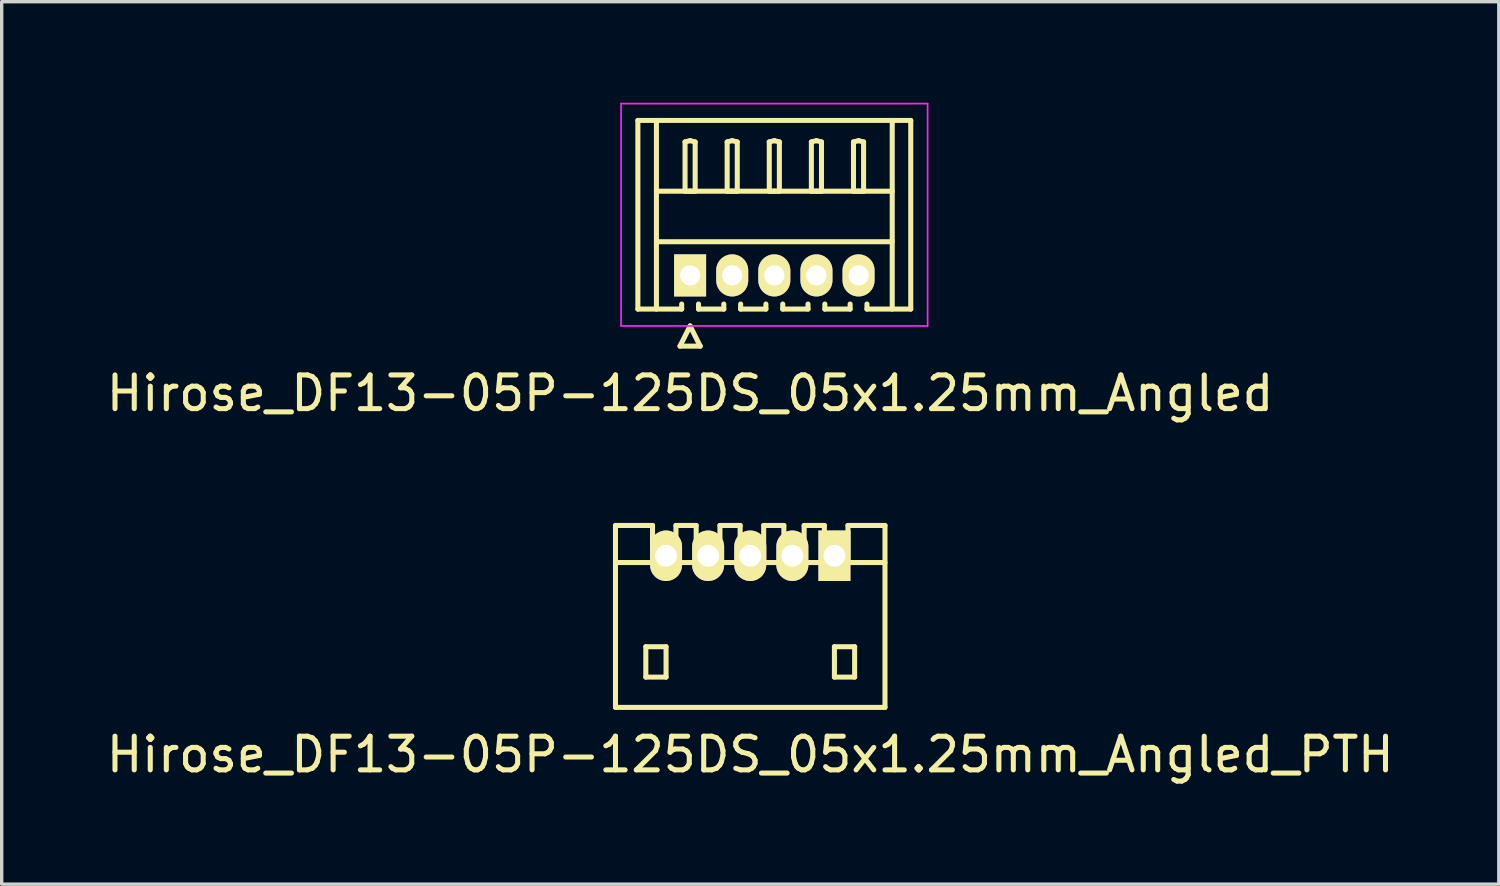
<source format=kicad_pcb>
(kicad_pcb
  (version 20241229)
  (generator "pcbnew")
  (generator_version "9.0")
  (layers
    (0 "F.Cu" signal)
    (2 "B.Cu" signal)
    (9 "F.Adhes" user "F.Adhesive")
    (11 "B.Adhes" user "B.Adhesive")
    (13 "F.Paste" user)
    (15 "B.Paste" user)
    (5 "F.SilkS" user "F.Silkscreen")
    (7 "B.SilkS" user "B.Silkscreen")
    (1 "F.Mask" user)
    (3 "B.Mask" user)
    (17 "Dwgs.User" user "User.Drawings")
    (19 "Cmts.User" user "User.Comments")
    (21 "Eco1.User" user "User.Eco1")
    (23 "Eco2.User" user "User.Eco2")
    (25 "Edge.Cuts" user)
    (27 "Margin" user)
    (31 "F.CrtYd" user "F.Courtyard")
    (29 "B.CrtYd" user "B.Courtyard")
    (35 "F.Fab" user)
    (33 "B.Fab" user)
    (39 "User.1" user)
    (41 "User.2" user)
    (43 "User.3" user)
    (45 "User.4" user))
  (footprint "Hirose_DF13-05P-125DS_05x1.25mm_Angled"
    (layer "F.Cu")
    (at 17.435 5.125)
    (property "Reference" "Hirose_DF13-05P-125DS_05x1.25mm_Angled" (at 0 3.5 0) (layer "F.SilkS") (effects (font (size 1 1) (thickness 0.15))))
    (attr through_hole)
    (fp_line (start -1.55 -4.6) (end 6.55 -4.6) (stroke (width 0.15) (type solid)) (layer "F.SilkS"))
    (fp_line (start -1.55 1) (end -1.55 -4.6) (stroke (width 0.15) (type solid)) (layer "F.SilkS"))
    (fp_line (start -1 -4.6) (end -1 1) (stroke (width 0.15) (type solid)) (layer "F.SilkS"))
    (fp_line (start -1 -2.5) (end 6 -2.5) (stroke (width 0.15) (type solid)) (layer "F.SilkS"))
    (fp_line (start -1 -1) (end 6 -1) (stroke (width 0.15) (type solid)) (layer "F.SilkS"))
    (fp_line (start -0.3 2.1) (end 0.3 2.1) (stroke (width 0.15) (type solid)) (layer "F.SilkS"))
    (fp_line (start -0.25 0.85) (end -0.25 1) (stroke (width 0.15) (type solid)) (layer "F.SilkS"))
    (fp_line (start -0.25 1) (end -1.55 1) (stroke (width 0.15) (type solid)) (layer "F.SilkS"))
    (fp_line (start -0.15 -3.962) (end 0 -4) (stroke (width 0.15) (type solid)) (layer "F.SilkS"))
    (fp_line (start -0.15 -2.5) (end -0.15 -3.962) (stroke (width 0.15) (type solid)) (layer "F.SilkS"))
    (fp_line (start 0 -4) (end 0.15 -3.962) (stroke (width 0.15) (type solid)) (layer "F.SilkS"))
    (fp_line (start 0 -2.5) (end -0.15 -2.5) (stroke (width 0.15) (type solid)) (layer "F.SilkS"))
    (fp_line (start 0 1.5) (end -0.3 2.1) (stroke (width 0.15) (type solid)) (layer "F.SilkS"))
    (fp_line (start 0.15 -3.962) (end 0.15 -2.5) (stroke (width 0.15) (type solid)) (layer "F.SilkS"))
    (fp_line (start 0.15 -2.5) (end 0 -2.5) (stroke (width 0.15) (type solid)) (layer "F.SilkS"))
    (fp_line (start 0.25 0.85) (end 0.25 1) (stroke (width 0.15) (type solid)) (layer "F.SilkS"))
    (fp_line (start 0.25 1) (end 1 1) (stroke (width 0.15) (type solid)) (layer "F.SilkS"))
    (fp_line (start 0.3 2.1) (end 0 1.5) (stroke (width 0.15) (type solid)) (layer "F.SilkS"))
    (fp_line (start 1 1) (end 1 0.85) (stroke (width 0.15) (type solid)) (layer "F.SilkS"))
    (fp_line (start 1.1 -3.962) (end 1.25 -4) (stroke (width 0.15) (type solid)) (layer "F.SilkS"))
    (fp_line (start 1.1 -2.5) (end 1.1 -3.962) (stroke (width 0.15) (type solid)) (layer "F.SilkS"))
    (fp_line (start 1.25 -4) (end 1.4 -3.962) (stroke (width 0.15) (type solid)) (layer "F.SilkS"))
    (fp_line (start 1.25 -2.5) (end 1.1 -2.5) (stroke (width 0.15) (type solid)) (layer "F.SilkS"))
    (fp_line (start 1.4 -3.962) (end 1.4 -2.5) (stroke (width 0.15) (type solid)) (layer "F.SilkS"))
    (fp_line (start 1.4 -2.5) (end 1.25 -2.5) (stroke (width 0.15) (type solid)) (layer "F.SilkS"))
    (fp_line (start 1.5 0.85) (end 1.5 1) (stroke (width 0.15) (type solid)) (layer "F.SilkS"))
    (fp_line (start 1.5 1) (end 2.25 1) (stroke (width 0.15) (type solid)) (layer "F.SilkS"))
    (fp_line (start 2.25 1) (end 2.25 0.85) (stroke (width 0.15) (type solid)) (layer "F.SilkS"))
    (fp_line (start 2.35 -3.962) (end 2.5 -4) (stroke (width 0.15) (type solid)) (layer "F.SilkS"))
    (fp_line (start 2.35 -2.5) (end 2.35 -3.962) (stroke (width 0.15) (type solid)) (layer "F.SilkS"))
    (fp_line (start 2.5 -4) (end 2.65 -3.962) (stroke (width 0.15) (type solid)) (layer "F.SilkS"))
    (fp_line (start 2.5 -2.5) (end 2.35 -2.5) (stroke (width 0.15) (type solid)) (layer "F.SilkS"))
    (fp_line (start 2.65 -3.962) (end 2.65 -2.5) (stroke (width 0.15) (type solid)) (layer "F.SilkS"))
    (fp_line (start 2.65 -2.5) (end 2.5 -2.5) (stroke (width 0.15) (type solid)) (layer "F.SilkS"))
    (fp_line (start 2.75 0.85) (end 2.75 1) (stroke (width 0.15) (type solid)) (layer "F.SilkS"))
    (fp_line (start 2.75 1) (end 3.5 1) (stroke (width 0.15) (type solid)) (layer "F.SilkS"))
    (fp_line (start 3.5 1) (end 3.5 0.85) (stroke (width 0.15) (type solid)) (layer "F.SilkS"))
    (fp_line (start 3.6 -3.962) (end 3.75 -4) (stroke (width 0.15) (type solid)) (layer "F.SilkS"))
    (fp_line (start 3.6 -2.5) (end 3.6 -3.962) (stroke (width 0.15) (type solid)) (layer "F.SilkS"))
    (fp_line (start 3.75 -4) (end 3.9 -3.962) (stroke (width 0.15) (type solid)) (layer "F.SilkS"))
    (fp_line (start 3.75 -2.5) (end 3.6 -2.5) (stroke (width 0.15) (type solid)) (layer "F.SilkS"))
    (fp_line (start 3.9 -3.962) (end 3.9 -2.5) (stroke (width 0.15) (type solid)) (layer "F.SilkS"))
    (fp_line (start 3.9 -2.5) (end 3.75 -2.5) (stroke (width 0.15) (type solid)) (layer "F.SilkS"))
    (fp_line (start 4 0.85) (end 4 1) (stroke (width 0.15) (type solid)) (layer "F.SilkS"))
    (fp_line (start 4 1) (end 4.75 1) (stroke (width 0.15) (type solid)) (layer "F.SilkS"))
    (fp_line (start 4.75 1) (end 4.75 0.85) (stroke (width 0.15) (type solid)) (layer "F.SilkS"))
    (fp_line (start 4.85 -3.962) (end 5 -4) (stroke (width 0.15) (type solid)) (layer "F.SilkS"))
    (fp_line (start 4.85 -2.5) (end 4.85 -3.962) (stroke (width 0.15) (type solid)) (layer "F.SilkS"))
    (fp_line (start 5 -4) (end 5.15 -3.962) (stroke (width 0.15) (type solid)) (layer "F.SilkS"))
    (fp_line (start 5 -2.5) (end 4.85 -2.5) (stroke (width 0.15) (type solid)) (layer "F.SilkS"))
    (fp_line (start 5.15 -3.962) (end 5.15 -2.5) (stroke (width 0.15) (type solid)) (layer "F.SilkS"))
    (fp_line (start 5.15 -2.5) (end 5 -2.5) (stroke (width 0.15) (type solid)) (layer "F.SilkS"))
    (fp_line (start 5.25 1) (end 5.25 0.85) (stroke (width 0.15) (type solid)) (layer "F.SilkS"))
    (fp_line (start 6 -4.6) (end 6 1) (stroke (width 0.15) (type solid)) (layer "F.SilkS"))
    (fp_line (start 6.55 -4.6) (end 6.55 1) (stroke (width 0.15) (type solid)) (layer "F.SilkS"))
    (fp_line (start 6.55 1) (end 5.25 1) (stroke (width 0.15) (type solid)) (layer "F.SilkS"))
    (fp_line (start -2.05 -5.1) (end -2.05 1.5) (stroke (width 0.05) (type solid)) (layer "F.CrtYd"))
    (fp_line (start -2.05 1.5) (end 7.05 1.5) (stroke (width 0.05) (type solid)) (layer "F.CrtYd"))
    (fp_line (start 7.05 -5.1) (end -2.05 -5.1) (stroke (width 0.05) (type solid)) (layer "F.CrtYd"))
    (fp_line (start 7.05 1.5) (end 7.05 -5.1) (stroke (width 0.05) (type solid)) (layer "F.CrtYd"))
    (pad "1" thru_hole rect (at 0 0) (size 0.95 1.25) (drill 0.6) (layers "*.Cu" "*.Mask" "F.SilkS"))
    (pad "2" thru_hole oval (at 1.25 0) (size 0.95 1.25) (drill 0.6) (layers "*.Cu" "*.Mask" "F.SilkS"))
    (pad "3" thru_hole oval (at 2.5 0) (size 0.95 1.25) (drill 0.6) (layers "*.Cu" "*.Mask" "F.SilkS"))
    (pad "4" thru_hole oval (at 3.75 0) (size 0.95 1.25) (drill 0.6) (layers "*.Cu" "*.Mask" "F.SilkS"))
    (pad "5" thru_hole oval (at 5 0) (size 0.95 1.25) (drill 0.6) (layers "*.Cu" "*.Mask" "F.SilkS")))
  (footprint "Hirose_DF13-05P-125DS_05x1.25mm_Angled_PTH"
    (layer "F.Cu")
    (at 19.22 15.248)
    (property "Reference" "Hirose_DF13-05P-125DS_05x1.25mm_Angled_PTH" (at 0 4.1 0) (layer "F.SilkS") (effects (font (size 1 1) (thickness 0.15))))
    (attr through_hole)
    (fp_line (start -4 2.7) (end -4 -2.7) (stroke (width 0.15) (type solid)) (layer "F.SilkS"))
    (fp_line (start -4 2.7) (end 4 2.7) (stroke (width 0.15) (type solid)) (layer "F.SilkS"))
    (fp_line (start -3.099 0.899) (end -3.099 1.801) (stroke (width 0.15) (type solid)) (layer "F.SilkS"))
    (fp_line (start -3.099 1.801) (end -2.499 1.801) (stroke (width 0.15) (type solid)) (layer "F.SilkS"))
    (fp_line (start -2.901 -2.7) (end -4 -2.7) (stroke (width 0.15) (type solid)) (layer "F.SilkS"))
    (fp_line (start -2.901 -1.6) (end -2.901 -2.7) (stroke (width 0.15) (type solid)) (layer "F.SilkS"))
    (fp_line (start -2.499 0.899) (end -3.099 0.899) (stroke (width 0.15) (type solid)) (layer "F.SilkS"))
    (fp_line (start -2.499 1.801) (end -2.499 0.899) (stroke (width 0.15) (type solid)) (layer "F.SilkS"))
    (fp_line (start -2.205 -1.6) (end -2.205 -2.7) (stroke (width 0.15) (type solid)) (layer "F.SilkS"))
    (fp_line (start -1.605 -2.7) (end -2.205 -2.7) (stroke (width 0.15) (type solid)) (layer "F.SilkS"))
    (fp_line (start -1.605 -1.6) (end -1.605 -2.7) (stroke (width 0.15) (type solid)) (layer "F.SilkS"))
    (fp_line (start -0.899 -2.7) (end -0.3 -2.7) (stroke (width 0.15) (type solid)) (layer "F.SilkS"))
    (fp_line (start -0.899 -1.6) (end -0.899 -2.7) (stroke (width 0.15) (type solid)) (layer "F.SilkS"))
    (fp_line (start -0.3 -2.7) (end -0.3 -1.6) (stroke (width 0.15) (type solid)) (layer "F.SilkS"))
    (fp_line (start 0.399 -2.7) (end 0.998 -2.7) (stroke (width 0.15) (type solid)) (layer "F.SilkS"))
    (fp_line (start 0.399 -1.6) (end 0.399 -2.7) (stroke (width 0.15) (type solid)) (layer "F.SilkS"))
    (fp_line (start 0.998 -2.7) (end 0.998 -1.6) (stroke (width 0.15) (type solid)) (layer "F.SilkS"))
    (fp_line (start 1.6 -2.7) (end 2.2 -2.7) (stroke (width 0.15) (type solid)) (layer "F.SilkS"))
    (fp_line (start 1.6 -1.6) (end 1.6 -2.7) (stroke (width 0.15) (type solid)) (layer "F.SilkS"))
    (fp_line (start 2.2 -2.7) (end 2.2 -1.6) (stroke (width 0.15) (type solid)) (layer "F.SilkS"))
    (fp_line (start 2.499 0.899) (end 3.099 0.899) (stroke (width 0.15) (type solid)) (layer "F.SilkS"))
    (fp_line (start 2.499 1.801) (end 2.499 0.899) (stroke (width 0.15) (type solid)) (layer "F.SilkS"))
    (fp_line (start 2.901 -1.6) (end 2.901 -2.7) (stroke (width 0.15) (type solid)) (layer "F.SilkS"))
    (fp_line (start 3.099 0.899) (end 3.099 1.801) (stroke (width 0.15) (type solid)) (layer "F.SilkS"))
    (fp_line (start 3.099 1.801) (end 2.499 1.801) (stroke (width 0.15) (type solid)) (layer "F.SilkS"))
    (fp_line (start 4 -2.7) (end 2.901 -2.7) (stroke (width 0.15) (type solid)) (layer "F.SilkS"))
    (fp_line (start 4 -1.6) (end -4 -1.6) (stroke (width 0.15) (type solid)) (layer "F.SilkS"))
    (fp_line (start 4 2.7) (end 4 -2.7) (stroke (width 0.15) (type solid)) (layer "F.SilkS"))
    (pad "1" thru_hole rect (at 2.499 -1.801) (size 0.95 1.499) (drill 0.648) (layers "*.Cu" "*.Mask" "F.SilkS"))
    (pad "2" thru_hole oval (at 1.25 -1.801) (size 0.95 1.499) (drill 0.648) (layers "*.Cu" "*.Mask" "F.SilkS"))
    (pad "3" thru_hole oval (at 0 -1.801) (size 0.95 1.499) (drill 0.648) (layers "*.Cu" "*.Mask" "F.SilkS"))
    (pad "4" thru_hole oval (at -1.25 -1.801) (size 0.95 1.499) (drill 0.648) (layers "*.Cu" "*.Mask" "F.SilkS"))
    (pad "5" thru_hole oval (at -2.499 -1.801) (size 0.95 1.499) (drill 0.648) (layers "*.Cu" "*.Mask" "F.SilkS")))
  (gr_rect
    (start -3 -3)
    (end 41.44 23.196)
    (stroke (width 0.1) (type default))
    (fill no)
    (layer "Edge.Cuts")))
</source>
